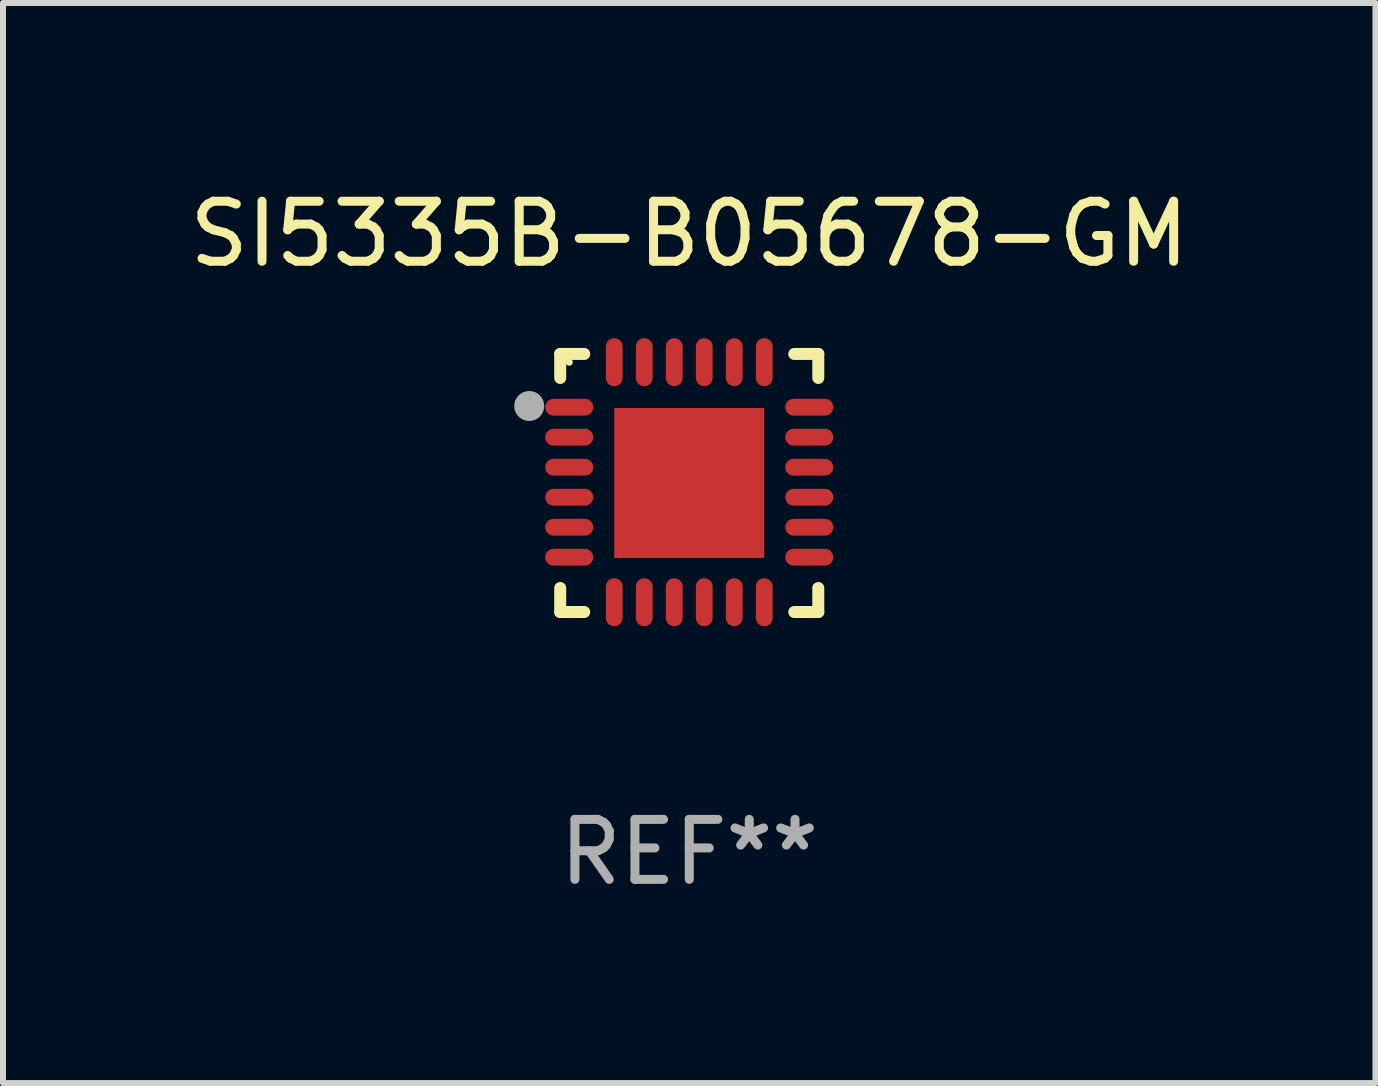
<source format=kicad_pcb>
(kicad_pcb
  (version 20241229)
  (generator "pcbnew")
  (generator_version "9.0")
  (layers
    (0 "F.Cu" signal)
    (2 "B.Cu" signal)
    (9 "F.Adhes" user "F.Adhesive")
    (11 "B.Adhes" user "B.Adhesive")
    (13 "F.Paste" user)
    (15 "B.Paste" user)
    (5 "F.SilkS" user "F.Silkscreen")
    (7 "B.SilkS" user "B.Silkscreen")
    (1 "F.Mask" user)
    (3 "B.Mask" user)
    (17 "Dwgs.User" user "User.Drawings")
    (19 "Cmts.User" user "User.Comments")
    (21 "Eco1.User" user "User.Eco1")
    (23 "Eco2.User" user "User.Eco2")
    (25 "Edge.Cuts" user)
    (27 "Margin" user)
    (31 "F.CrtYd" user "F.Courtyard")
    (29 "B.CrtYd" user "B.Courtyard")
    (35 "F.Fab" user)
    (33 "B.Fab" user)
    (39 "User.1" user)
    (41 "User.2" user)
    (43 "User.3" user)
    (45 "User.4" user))
  (footprint "SI5335B-B05678-GM"
    (layer "F.Cu")
    (at 8.435 4.998)
    (property "Reference" "SI5335B-B05678-GM" (at 0 -4.15 0) (layer "F.SilkS") (effects (font (size 1 1) (thickness 0.15))))
    (attr through_hole)
    (fp_line (start -2.15 -2.15) (end -1.75 -2.15) (stroke (width 0.2) (type solid)) (layer "F.SilkS"))
    (fp_line (start -2.15 -1.75) (end -2.15 -2.15) (stroke (width 0.2) (type solid)) (layer "F.SilkS"))
    (fp_line (start -2.15 2.15) (end -2.15 1.75) (stroke (width 0.2) (type solid)) (layer "F.SilkS"))
    (fp_line (start -1.75 2.15) (end -2.15 2.15) (stroke (width 0.2) (type solid)) (layer "F.SilkS"))
    (fp_line (start 1.75 -2.15) (end 2.15 -2.15) (stroke (width 0.2) (type solid)) (layer "F.SilkS"))
    (fp_line (start 1.75 2.15) (end 2.15 2.15) (stroke (width 0.2) (type solid)) (layer "F.SilkS"))
    (fp_line (start 2.15 -2.15) (end 2.15 -1.75) (stroke (width 0.2) (type solid)) (layer "F.SilkS"))
    (fp_line (start 2.15 2.15) (end 2.15 1.75) (stroke (width 0.2) (type solid)) (layer "F.SilkS"))
    (fp_circle (center -2 -2.013) (end -1.97 -2.013) (stroke (width 0.06) (type solid)) (fill no) (layer "F.SilkS"))
    (fp_circle (center -2.667 -1.283) (end -2.542 -1.283) (stroke (width 0.25) (type solid)) (fill no) (layer "F.Fab"))
    (fp_text user "REF**" (at 0 6.15 0) (layer "F.Fab") (effects (font (size 1 1) (thickness 0.15))))
    (pad "1" smd oval (at -2 -1.263) (size 0.8 0.28) (layers "F.Cu" "F.Mask" "F.Paste"))
    (pad "2" smd oval (at -2 -0.763) (size 0.8 0.28) (layers "F.Cu" "F.Mask" "F.Paste"))
    (pad "3" smd oval (at -2 -0.263) (size 0.8 0.28) (layers "F.Cu" "F.Mask" "F.Paste"))
    (pad "4" smd oval (at -2 0.237) (size 0.8 0.28) (layers "F.Cu" "F.Mask" "F.Paste"))
    (pad "5" smd oval (at -2 0.737) (size 0.8 0.28) (layers "F.Cu" "F.Mask" "F.Paste"))
    (pad "6" smd oval (at -2 1.237) (size 0.8 0.28) (layers "F.Cu" "F.Mask" "F.Paste"))
    (pad "7" smd oval (at -1.25 1.987) (size 0.28 0.8) (layers "F.Cu" "F.Mask" "F.Paste"))
    (pad "8" smd oval (at -0.75 1.987) (size 0.28 0.8) (layers "F.Cu" "F.Mask" "F.Paste"))
    (pad "9" smd oval (at -0.25 1.987) (size 0.28 0.8) (layers "F.Cu" "F.Mask" "F.Paste"))
    (pad "10" smd oval (at 0.25 1.987) (size 0.28 0.8) (layers "F.Cu" "F.Mask" "F.Paste"))
    (pad "11" smd oval (at 0.75 1.987) (size 0.28 0.8) (layers "F.Cu" "F.Mask" "F.Paste"))
    (pad "12" smd oval (at 1.25 1.987) (size 0.28 0.8) (layers "F.Cu" "F.Mask" "F.Paste"))
    (pad "13" smd oval (at 2 1.237) (size 0.8 0.28) (layers "F.Cu" "F.Mask" "F.Paste"))
    (pad "14" smd oval (at 2 0.737) (size 0.8 0.28) (layers "F.Cu" "F.Mask" "F.Paste"))
    (pad "15" smd oval (at 2 0.237) (size 0.8 0.28) (layers "F.Cu" "F.Mask" "F.Paste"))
    (pad "16" smd oval (at 2 -0.263) (size 0.8 0.28) (layers "F.Cu" "F.Mask" "F.Paste"))
    (pad "17" smd oval (at 2 -0.763) (size 0.8 0.28) (layers "F.Cu" "F.Mask" "F.Paste"))
    (pad "18" smd oval (at 2 -1.263) (size 0.8 0.28) (layers "F.Cu" "F.Mask" "F.Paste"))
    (pad "19" smd oval (at 1.25 -2.013) (size 0.28 0.8) (layers "F.Cu" "F.Mask" "F.Paste"))
    (pad "20" smd oval (at 0.75 -2.013) (size 0.28 0.8) (layers "F.Cu" "F.Mask" "F.Paste"))
    (pad "21" smd oval (at 0.25 -2.013) (size 0.28 0.8) (layers "F.Cu" "F.Mask" "F.Paste"))
    (pad "22" smd oval (at -0.25 -2.013) (size 0.28 0.8) (layers "F.Cu" "F.Mask" "F.Paste"))
    (pad "23" smd oval (at -0.75 -2.013) (size 0.28 0.8) (layers "F.Cu" "F.Mask" "F.Paste"))
    (pad "24" smd oval (at -1.25 -2.013) (size 0.28 0.8) (layers "F.Cu" "F.Mask" "F.Paste"))
    (pad "25" smd rect (at -0.000127 -0.00014) (size 2.5 2.5) (layers "F.Cu" "F.Mask" "F.Paste")))
  (gr_rect
    (start -3 -3)
    (end 19.869 14.997)
    (stroke (width 0.1) (type default))
    (fill no)
    (layer "Edge.Cuts")))
</source>
